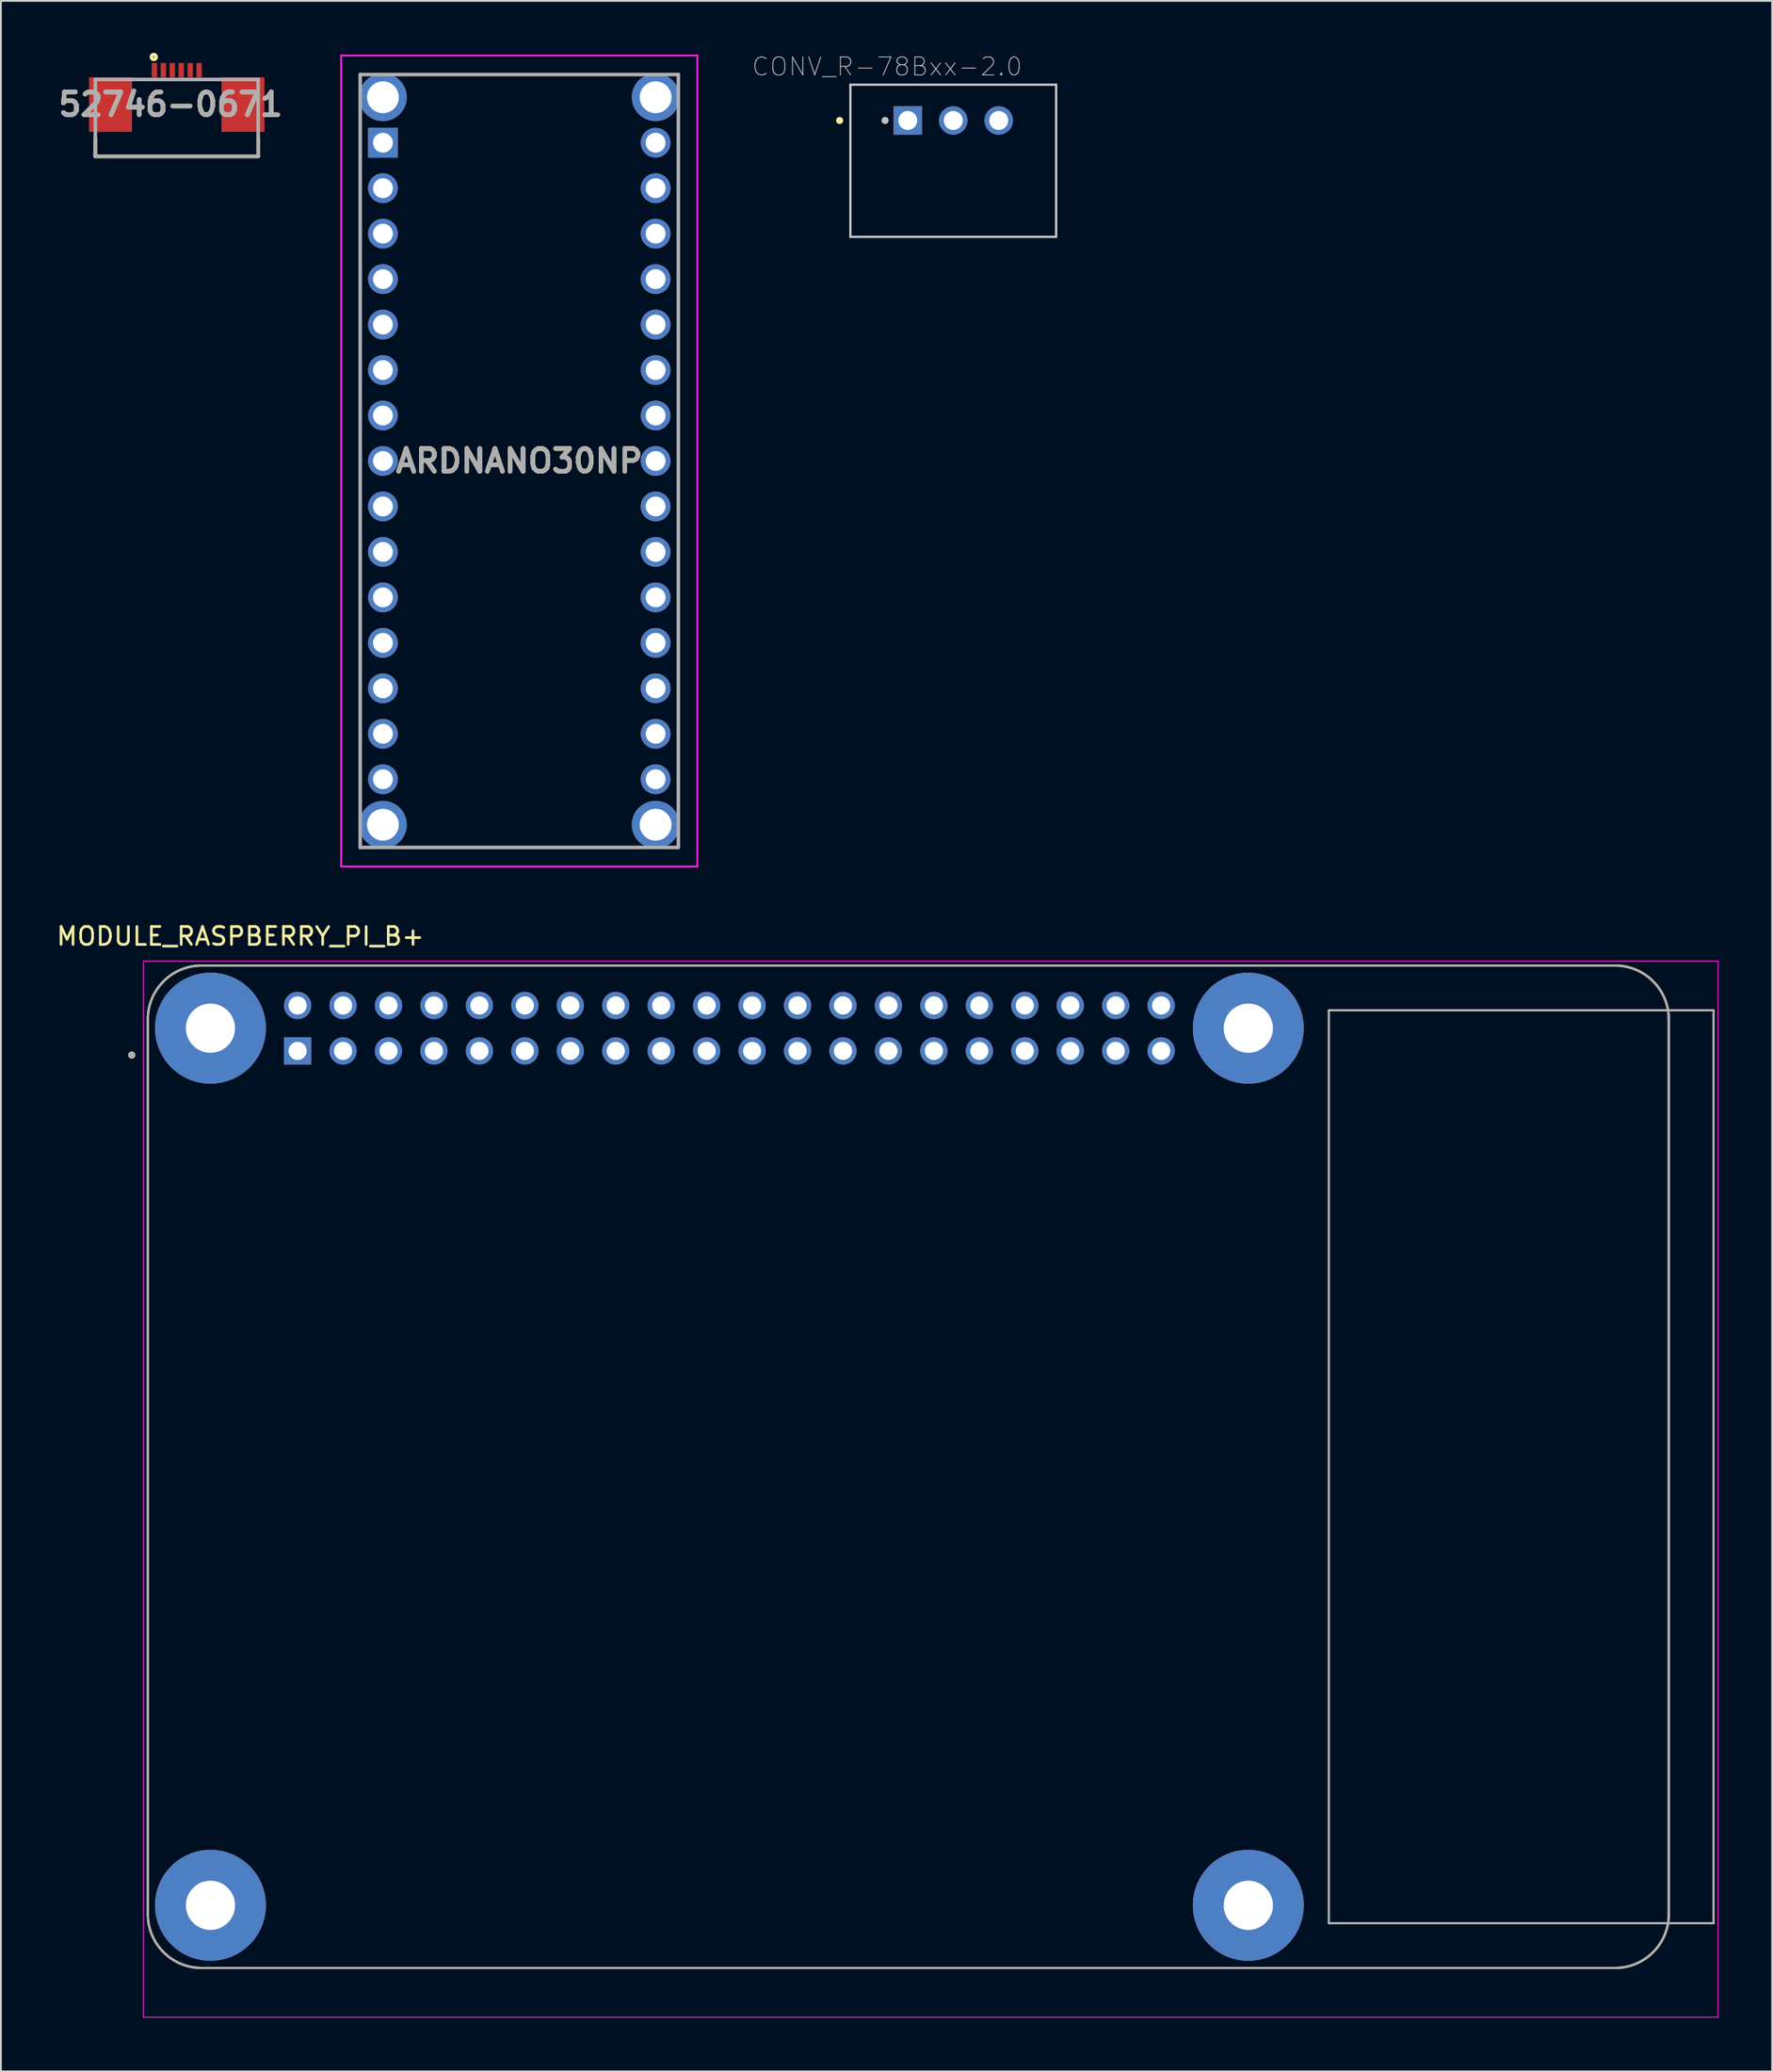
<source format=kicad_pcb>
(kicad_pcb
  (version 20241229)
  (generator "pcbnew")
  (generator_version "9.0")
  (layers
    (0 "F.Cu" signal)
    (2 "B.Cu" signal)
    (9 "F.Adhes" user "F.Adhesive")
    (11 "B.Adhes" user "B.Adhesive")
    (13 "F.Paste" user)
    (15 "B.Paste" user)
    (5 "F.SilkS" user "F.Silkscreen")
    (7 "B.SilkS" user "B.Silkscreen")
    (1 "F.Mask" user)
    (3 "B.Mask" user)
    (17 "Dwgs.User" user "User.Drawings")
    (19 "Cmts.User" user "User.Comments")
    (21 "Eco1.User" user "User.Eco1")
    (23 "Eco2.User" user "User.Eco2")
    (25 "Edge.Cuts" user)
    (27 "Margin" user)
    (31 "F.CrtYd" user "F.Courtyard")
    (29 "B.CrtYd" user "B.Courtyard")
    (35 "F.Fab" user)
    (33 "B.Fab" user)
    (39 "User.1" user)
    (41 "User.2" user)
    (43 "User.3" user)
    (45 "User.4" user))
  (footprint "52746-0671"
    (layer "F.Cu")
    (at 6.829 1.389)
    (property "Reference" "52746-0671" (at -0.346 1.394 0) (layer "F.SilkS") (effects (font (size 1.27 1.27) (thickness 0.254))))
    (attr smd)
    (fp_line (start -4.55 4.3) (end -4.55 3.254) (stroke (width 0.2) (type solid)) (layer "F.SilkS"))
    (fp_line (start -4.55 4.3) (end 4.55 4.3) (stroke (width 0.2) (type solid)) (layer "F.SilkS"))
    (fp_line (start 4.55 4.3) (end 4.55 3.254) (stroke (width 0.2) (type solid)) (layer "F.SilkS"))
    (fp_circle (center -1.284 -1.255) (end -1.284 -1.221) (stroke (width 0.2) (type solid)) (fill no) (layer "F.SilkS"))
    (fp_line (start -4.55 0) (end 4.55 0) (stroke (width 0.2) (type solid)) (layer "F.Fab"))
    (fp_line (start -4.55 4.3) (end -4.55 0) (stroke (width 0.2) (type solid)) (layer "F.Fab"))
    (fp_line (start 4.55 0) (end 4.55 4.3) (stroke (width 0.2) (type solid)) (layer "F.Fab"))
    (fp_line (start 4.55 4.3) (end -4.55 4.3) (stroke (width 0.2) (type solid)) (layer "F.Fab"))
    (fp_text user "${REFERENCE}" (at -0.346 1.394 0) (layer "F.Fab") (effects (font (size 1.27 1.27) (thickness 0.254))))
    (pad "1" smd rect (at -1.25 -0.52) (size 0.3 0.8) (layers "F.Cu" "F.Mask" "F.Paste"))
    (pad "2" smd rect (at -0.75 -0.52) (size 0.3 0.8) (layers "F.Cu" "F.Mask" "F.Paste"))
    (pad "3" smd rect (at -0.25 -0.52) (size 0.3 0.8) (layers "F.Cu" "F.Mask" "F.Paste"))
    (pad "4" smd rect (at 0.25 -0.52) (size 0.3 0.8) (layers "F.Cu" "F.Mask" "F.Paste"))
    (pad "5" smd rect (at 0.75 -0.52) (size 0.3 0.8) (layers "F.Cu" "F.Mask" "F.Paste"))
    (pad "6" smd rect (at 1.25 -0.52) (size 0.3 0.8) (layers "F.Cu" "F.Mask" "F.Paste"))
    (pad "7" smd rect (at -3.7 1.405) (size 2.4 3.05) (layers "F.Cu" "F.Mask" "F.Paste"))
    (pad "8" smd rect (at 3.7 1.405) (size 2.4 3.05) (layers "F.Cu" "F.Mask" "F.Paste")))
  (footprint "ARDNANO30NP"
    (layer "F.Cu")
    (at 18.35 4.923)
    (property "Reference" "ARDNANO30NP" (at 7.62 17.78 0) (layer "F.SilkS") (effects (font (size 1.27 1.27) (thickness 0.254))))
    (attr through_hole)
    (fp_line (start -1.27 0) (end -1.27 35.56) (stroke (width 0.1) (type solid)) (layer "F.SilkS"))
    (fp_line (start 16.51 35.56) (end 16.51 0) (stroke (width 0.1) (type solid)) (layer "F.SilkS"))
    (fp_line (start -2.334 -4.873) (end 17.573 -4.873) (stroke (width 0.1) (type solid)) (layer "F.CrtYd"))
    (fp_line (start -2.334 40.434) (end -2.334 -4.873) (stroke (width 0.1) (type solid)) (layer "F.CrtYd"))
    (fp_line (start 17.573 -4.873) (end 17.573 40.434) (stroke (width 0.1) (type solid)) (layer "F.CrtYd"))
    (fp_line (start 17.573 40.434) (end -2.334 40.434) (stroke (width 0.1) (type solid)) (layer "F.CrtYd"))
    (fp_line (start -1.27 -3.81) (end 16.51 -3.81) (stroke (width 0.2) (type solid)) (layer "F.Fab"))
    (fp_line (start -1.27 39.37) (end -1.27 -3.81) (stroke (width 0.2) (type solid)) (layer "F.Fab"))
    (fp_line (start 16.51 -3.81) (end 16.51 39.37) (stroke (width 0.2) (type solid)) (layer "F.Fab"))
    (fp_line (start 16.51 39.37) (end -1.27 39.37) (stroke (width 0.2) (type solid)) (layer "F.Fab"))
    (fp_text user "${REFERENCE}" (at 7.62 17.78 0) (layer "F.Fab") (effects (font (size 1.27 1.27) (thickness 0.254))))
    (pad "1" thru_hole rect (at 0 0) (size 1.665 1.665) (drill 1.11) (layers "*.Cu" "*.Mask"))
    (pad "2" thru_hole circle (at 0 2.54) (size 1.665 1.665) (drill 1.11) (layers "*.Cu" "*.Mask"))
    (pad "3" thru_hole circle (at 0 5.08) (size 1.665 1.665) (drill 1.11) (layers "*.Cu" "*.Mask"))
    (pad "4" thru_hole circle (at 0 7.62) (size 1.665 1.665) (drill 1.11) (layers "*.Cu" "*.Mask"))
    (pad "5" thru_hole circle (at 0 10.16) (size 1.665 1.665) (drill 1.11) (layers "*.Cu" "*.Mask"))
    (pad "6" thru_hole circle (at 0 12.7) (size 1.665 1.665) (drill 1.11) (layers "*.Cu" "*.Mask"))
    (pad "7" thru_hole circle (at 0 15.24) (size 1.665 1.665) (drill 1.11) (layers "*.Cu" "*.Mask"))
    (pad "8" thru_hole circle (at 0 17.78) (size 1.665 1.665) (drill 1.11) (layers "*.Cu" "*.Mask"))
    (pad "9" thru_hole circle (at 0 20.32) (size 1.665 1.665) (drill 1.11) (layers "*.Cu" "*.Mask"))
    (pad "10" thru_hole circle (at 0 22.86) (size 1.665 1.665) (drill 1.11) (layers "*.Cu" "*.Mask"))
    (pad "11" thru_hole circle (at 0 25.4) (size 1.665 1.665) (drill 1.11) (layers "*.Cu" "*.Mask"))
    (pad "12" thru_hole circle (at 0 27.94) (size 1.665 1.665) (drill 1.11) (layers "*.Cu" "*.Mask"))
    (pad "13" thru_hole circle (at 0 30.48) (size 1.665 1.665) (drill 1.11) (layers "*.Cu" "*.Mask"))
    (pad "14" thru_hole circle (at 0 33.02) (size 1.665 1.665) (drill 1.11) (layers "*.Cu" "*.Mask"))
    (pad "15" thru_hole circle (at 0 35.56) (size 1.665 1.665) (drill 1.11) (layers "*.Cu" "*.Mask"))
    (pad "16" thru_hole circle (at 15.24 0) (size 1.665 1.665) (drill 1.11) (layers "*.Cu" "*.Mask"))
    (pad "17" thru_hole circle (at 15.24 2.54) (size 1.665 1.665) (drill 1.11) (layers "*.Cu" "*.Mask"))
    (pad "18" thru_hole circle (at 15.24 5.08) (size 1.665 1.665) (drill 1.11) (layers "*.Cu" "*.Mask"))
    (pad "19" thru_hole circle (at 15.24 7.62) (size 1.665 1.665) (drill 1.11) (layers "*.Cu" "*.Mask"))
    (pad "20" thru_hole circle (at 15.24 10.16) (size 1.665 1.665) (drill 1.11) (layers "*.Cu" "*.Mask"))
    (pad "21" thru_hole circle (at 15.24 12.7) (size 1.665 1.665) (drill 1.11) (layers "*.Cu" "*.Mask"))
    (pad "22" thru_hole circle (at 15.24 15.24) (size 1.665 1.665) (drill 1.11) (layers "*.Cu" "*.Mask"))
    (pad "23" thru_hole circle (at 15.24 17.78) (size 1.665 1.665) (drill 1.11) (layers "*.Cu" "*.Mask"))
    (pad "24" thru_hole circle (at 15.24 20.32) (size 1.665 1.665) (drill 1.11) (layers "*.Cu" "*.Mask"))
    (pad "25" thru_hole circle (at 15.24 22.86) (size 1.665 1.665) (drill 1.11) (layers "*.Cu" "*.Mask"))
    (pad "26" thru_hole circle (at 15.24 25.4) (size 1.665 1.665) (drill 1.11) (layers "*.Cu" "*.Mask"))
    (pad "27" thru_hole circle (at 15.24 27.94) (size 1.665 1.665) (drill 1.11) (layers "*.Cu" "*.Mask"))
    (pad "28" thru_hole circle (at 15.24 30.48) (size 1.665 1.665) (drill 1.11) (layers "*.Cu" "*.Mask"))
    (pad "29" thru_hole circle (at 15.24 33.02) (size 1.665 1.665) (drill 1.11) (layers "*.Cu" "*.Mask"))
    (pad "30" thru_hole circle (at 15.24 35.56) (size 1.665 1.665) (drill 1.11) (layers "*.Cu" "*.Mask"))
    (pad "MH1" thru_hole circle (at 0 -2.54) (size 2.667 2.667) (drill 1.778) (layers "*.Cu" "*.Mask"))
    (pad "MH2" thru_hole circle (at 0 38.1) (size 2.667 2.667) (drill 1.778) (layers "*.Cu" "*.Mask"))
    (pad "MH3" thru_hole circle (at 15.24 38.1) (size 2.667 2.667) (drill 1.778) (layers "*.Cu" "*.Mask"))
    (pad "MH4" thru_hole circle (at 15.24 -2.54) (size 2.667 2.667) (drill 1.778) (layers "*.Cu" "*.Mask")))
  (footprint "CONV_R-78Bxx-2.0"
    (layer "F.Cu")
    (at 47.683 3.68)
    (property "Reference" "CONV_R-78Bxx-2.0" (at -1.16 -3.005 0) (layer "Dwgs.User") (effects (font (size 1.004 1.004) (thickness 0.05))))
    (attr through_hole)
    (fp_line (start -3.21 -2) (end -3.21 6.5) (stroke (width 0.127) (type solid)) (layer "F.SilkS"))
    (fp_line (start -3.21 6.5) (end 8.29 6.5) (stroke (width 0.127) (type solid)) (layer "F.SilkS"))
    (fp_line (start 8.29 -2) (end -3.21 -2) (stroke (width 0.127) (type solid)) (layer "F.SilkS"))
    (fp_line (start 8.29 6.5) (end 8.29 -2) (stroke (width 0.127) (type solid)) (layer "F.SilkS"))
    (fp_circle (center -3.81 0) (end -3.71 0) (stroke (width 0.2) (type solid)) (fill no) (layer "F.SilkS"))
    (fp_line (start -3.21 -2) (end -3.21 6.5) (stroke (width 0.127) (type solid)) (layer "Dwgs.User"))
    (fp_line (start -3.21 -2) (end 8.29 -2) (stroke (width 0.127) (type solid)) (layer "Dwgs.User"))
    (fp_line (start -3.21 6.5) (end 8.29 6.5) (stroke (width 0.127) (type solid)) (layer "Dwgs.User"))
    (fp_line (start 8.29 -2) (end 8.29 6.5) (stroke (width 0.127) (type solid)) (layer "Dwgs.User"))
    (fp_circle (center -1.27 0) (end -1.17 0) (stroke (width 0.2) (type solid)) (fill no) (layer "Dwgs.User"))
    (fp_line (start -3.46 -2.25) (end 8.54 -2.25) (stroke (width 0.05) (type solid)) (layer "Eco1.User"))
    (fp_line (start -3.46 6.75) (end -3.46 -2.25) (stroke (width 0.05) (type solid)) (layer "Eco1.User"))
    (fp_line (start 8.54 -2.25) (end 8.54 6.75) (stroke (width 0.05) (type solid)) (layer "Eco1.User"))
    (fp_line (start 8.54 6.75) (end -3.46 6.75) (stroke (width 0.05) (type solid)) (layer "Eco1.User"))
    (pad "1" thru_hole rect (at 0 0) (size 1.59 1.59) (drill 1.06) (layers "*.Cu" "*.Mask"))
    (pad "2" thru_hole circle (at 2.54 0) (size 1.59 1.59) (drill 1.06) (layers "*.Cu" "*.Mask"))
    (pad "3" thru_hole circle (at 5.08 0) (size 1.59 1.59) (drill 1.06) (layers "*.Cu" "*.Mask")))
  (footprint "MODULE_RASPBERRY_PI_B+"
    (layer "F.Cu")
    (at 47.712 78.89)
    (property "Reference" "MODULE_RASPBERRY_PI_B+" (at -37.325 -29.635 0) (layer "F.SilkS") (effects (font (size 1 1) (thickness 0.15))))
    (attr through_hole)
    (fp_line (start -42.5 -25) (end -42.5 25) (stroke (width 0.127) (type solid)) (layer "F.SilkS"))
    (fp_line (start -39.5 28) (end 39.5 28) (stroke (width 0.127) (type solid)) (layer "F.SilkS"))
    (fp_line (start 39.5 -28) (end -39.5 -28) (stroke (width 0.127) (type solid)) (layer "F.SilkS"))
    (fp_line (start 42.5 25) (end 42.5 -25) (stroke (width 0.127) (type solid)) (layer "F.SilkS"))
    (fp_arc (start -42.5 -25) (mid -41.62132 -27.12132) (end -39.5 -28) (stroke (width 0.127) (type solid)) (layer "F.SilkS"))
    (fp_arc (start -39.5 28) (mid -41.62132 27.12132) (end -42.5 25) (stroke (width 0.127) (type solid)) (layer "F.SilkS"))
    (fp_arc (start 39.5 -28) (mid 41.62132 -27.12132) (end 42.5 -25) (stroke (width 0.127) (type solid)) (layer "F.SilkS"))
    (fp_arc (start 42.5 25) (mid 41.62132 27.12132) (end 39.5 28) (stroke (width 0.127) (type solid)) (layer "F.SilkS"))
    (fp_circle (center -43.4 -23) (end -43.3 -23) (stroke (width 0.2) (type solid)) (fill no) (layer "F.SilkS"))
    (fp_line (start -42.75 -28.25) (end 45.25 -28.25) (stroke (width 0.05) (type solid)) (layer "F.CrtYd"))
    (fp_line (start -42.75 30.75) (end -42.75 -28.25) (stroke (width 0.05) (type solid)) (layer "F.CrtYd"))
    (fp_line (start 45.25 -28.25) (end 45.25 30.75) (stroke (width 0.05) (type solid)) (layer "F.CrtYd"))
    (fp_line (start 45.25 30.75) (end -42.75 30.75) (stroke (width 0.05) (type solid)) (layer "F.CrtYd"))
    (fp_line (start -42.5 -25) (end -42.5 25) (stroke (width 0.127) (type solid)) (layer "F.Fab"))
    (fp_line (start -39.5 28) (end 39.5 28) (stroke (width 0.127) (type solid)) (layer "F.Fab"))
    (fp_line (start 23.5 -25.5) (end 23.5 25.5) (stroke (width 0.127) (type solid)) (layer "F.Fab"))
    (fp_line (start 23.5 25.5) (end 45 25.5) (stroke (width 0.127) (type solid)) (layer "F.Fab"))
    (fp_line (start 39.5 -28) (end -39.5 -28) (stroke (width 0.127) (type solid)) (layer "F.Fab"))
    (fp_line (start 42.5 25) (end 42.5 -25) (stroke (width 0.127) (type solid)) (layer "F.Fab"))
    (fp_line (start 45 -25.5) (end 23.5 -25.5) (stroke (width 0.127) (type solid)) (layer "F.Fab"))
    (fp_line (start 45 25.5) (end 45 -25.5) (stroke (width 0.127) (type solid)) (layer "F.Fab"))
    (fp_arc (start -42.5 -25) (mid -41.62132 -27.12132) (end -39.5 -28) (stroke (width 0.127) (type solid)) (layer "F.Fab"))
    (fp_arc (start -39.5 28) (mid -41.62132 27.12132) (end -42.5 25) (stroke (width 0.127) (type solid)) (layer "F.Fab"))
    (fp_arc (start 39.5 -28) (mid 41.62132 -27.12132) (end 42.5 -25) (stroke (width 0.127) (type solid)) (layer "F.Fab"))
    (fp_arc (start 42.5 25) (mid 41.62132 27.12132) (end 39.5 28) (stroke (width 0.127) (type solid)) (layer "F.Fab"))
    (fp_circle (center -43.4 -23) (end -43.3 -23) (stroke (width 0.2) (type solid)) (fill no) (layer "F.Fab"))
    (pad "1" thru_hole rect (at -34.13 -23.23) (size 1.524 1.524) (drill 1.016) (layers "*.Cu" "*.Mask"))
    (pad "2" thru_hole circle (at -34.13 -25.77) (size 1.524 1.524) (drill 1.016) (layers "*.Cu" "*.Mask"))
    (pad "3" thru_hole circle (at -31.59 -23.23) (size 1.524 1.524) (drill 1.016) (layers "*.Cu" "*.Mask"))
    (pad "4" thru_hole circle (at -31.59 -25.77) (size 1.524 1.524) (drill 1.016) (layers "*.Cu" "*.Mask"))
    (pad "5" thru_hole circle (at -29.05 -23.23) (size 1.524 1.524) (drill 1.016) (layers "*.Cu" "*.Mask"))
    (pad "6" thru_hole circle (at -29.05 -25.77) (size 1.524 1.524) (drill 1.016) (layers "*.Cu" "*.Mask"))
    (pad "7" thru_hole circle (at -26.51 -23.23) (size 1.524 1.524) (drill 1.016) (layers "*.Cu" "*.Mask"))
    (pad "8" thru_hole circle (at -26.51 -25.77) (size 1.524 1.524) (drill 1.016) (layers "*.Cu" "*.Mask"))
    (pad "9" thru_hole circle (at -23.97 -23.23) (size 1.524 1.524) (drill 1.016) (layers "*.Cu" "*.Mask"))
    (pad "10" thru_hole circle (at -23.97 -25.77) (size 1.524 1.524) (drill 1.016) (layers "*.Cu" "*.Mask"))
    (pad "11" thru_hole circle (at -21.43 -23.23) (size 1.524 1.524) (drill 1.016) (layers "*.Cu" "*.Mask"))
    (pad "12" thru_hole circle (at -21.43 -25.77) (size 1.524 1.524) (drill 1.016) (layers "*.Cu" "*.Mask"))
    (pad "13" thru_hole circle (at -18.89 -23.23) (size 1.524 1.524) (drill 1.016) (layers "*.Cu" "*.Mask"))
    (pad "14" thru_hole circle (at -18.89 -25.77) (size 1.524 1.524) (drill 1.016) (layers "*.Cu" "*.Mask"))
    (pad "15" thru_hole circle (at -16.35 -23.23) (size 1.524 1.524) (drill 1.016) (layers "*.Cu" "*.Mask"))
    (pad "16" thru_hole circle (at -16.35 -25.77) (size 1.524 1.524) (drill 1.016) (layers "*.Cu" "*.Mask"))
    (pad "17" thru_hole circle (at -13.81 -23.23) (size 1.524 1.524) (drill 1.016) (layers "*.Cu" "*.Mask"))
    (pad "18" thru_hole circle (at -13.81 -25.77) (size 1.524 1.524) (drill 1.016) (layers "*.Cu" "*.Mask"))
    (pad "19" thru_hole circle (at -11.27 -23.23) (size 1.524 1.524) (drill 1.016) (layers "*.Cu" "*.Mask"))
    (pad "20" thru_hole circle (at -11.27 -25.77) (size 1.524 1.524) (drill 1.016) (layers "*.Cu" "*.Mask"))
    (pad "21" thru_hole circle (at -8.73 -23.23) (size 1.524 1.524) (drill 1.016) (layers "*.Cu" "*.Mask"))
    (pad "22" thru_hole circle (at -8.73 -25.77) (size 1.524 1.524) (drill 1.016) (layers "*.Cu" "*.Mask"))
    (pad "23" thru_hole circle (at -6.19 -23.23) (size 1.524 1.524) (drill 1.016) (layers "*.Cu" "*.Mask"))
    (pad "24" thru_hole circle (at -6.19 -25.77) (size 1.524 1.524) (drill 1.016) (layers "*.Cu" "*.Mask"))
    (pad "25" thru_hole circle (at -3.65 -23.23) (size 1.524 1.524) (drill 1.016) (layers "*.Cu" "*.Mask"))
    (pad "26" thru_hole circle (at -3.65 -25.77) (size 1.524 1.524) (drill 1.016) (layers "*.Cu" "*.Mask"))
    (pad "27" thru_hole circle (at -1.11 -23.23) (size 1.524 1.524) (drill 1.016) (layers "*.Cu" "*.Mask"))
    (pad "28" thru_hole circle (at -1.11 -25.77) (size 1.524 1.524) (drill 1.016) (layers "*.Cu" "*.Mask"))
    (pad "29" thru_hole circle (at 1.43 -23.23) (size 1.524 1.524) (drill 1.016) (layers "*.Cu" "*.Mask"))
    (pad "30" thru_hole circle (at 1.43 -25.77) (size 1.524 1.524) (drill 1.016) (layers "*.Cu" "*.Mask"))
    (pad "31" thru_hole circle (at 3.97 -23.23) (size 1.524 1.524) (drill 1.016) (layers "*.Cu" "*.Mask"))
    (pad "32" thru_hole circle (at 3.97 -25.77) (size 1.524 1.524) (drill 1.016) (layers "*.Cu" "*.Mask"))
    (pad "33" thru_hole circle (at 6.51 -23.23) (size 1.524 1.524) (drill 1.016) (layers "*.Cu" "*.Mask"))
    (pad "34" thru_hole circle (at 6.51 -25.77) (size 1.524 1.524) (drill 1.016) (layers "*.Cu" "*.Mask"))
    (pad "35" thru_hole circle (at 9.05 -23.23) (size 1.524 1.524) (drill 1.016) (layers "*.Cu" "*.Mask"))
    (pad "36" thru_hole circle (at 9.05 -25.77) (size 1.524 1.524) (drill 1.016) (layers "*.Cu" "*.Mask"))
    (pad "37" thru_hole circle (at 11.59 -23.23) (size 1.524 1.524) (drill 1.016) (layers "*.Cu" "*.Mask"))
    (pad "38" thru_hole circle (at 11.59 -25.77) (size 1.524 1.524) (drill 1.016) (layers "*.Cu" "*.Mask"))
    (pad "39" thru_hole circle (at 14.13 -23.23) (size 1.524 1.524) (drill 1.016) (layers "*.Cu" "*.Mask"))
    (pad "40" thru_hole circle (at 14.13 -25.77) (size 1.524 1.524) (drill 1.016) (layers "*.Cu" "*.Mask"))
    (pad "S1" thru_hole circle (at -39 -24.5) (size 6.2 6.2) (drill 2.75) (layers "*.Cu" "*.Mask"))
    (pad "S2" thru_hole circle (at 19 -24.5) (size 6.2 6.2) (drill 2.75) (layers "*.Cu" "*.Mask"))
    (pad "S3" thru_hole circle (at 19 24.5) (size 6.2 6.2) (drill 2.75) (layers "*.Cu" "*.Mask"))
    (pad "S4" thru_hole circle (at -39 24.5) (size 6.2 6.2) (drill 2.75) (layers "*.Cu" "*.Mask")))
  (gr_rect
    (start -3 -3)
    (end 95.987 112.665)
    (stroke (width 0.1) (type default))
    (fill no)
    (layer "Edge.Cuts")))
</source>
